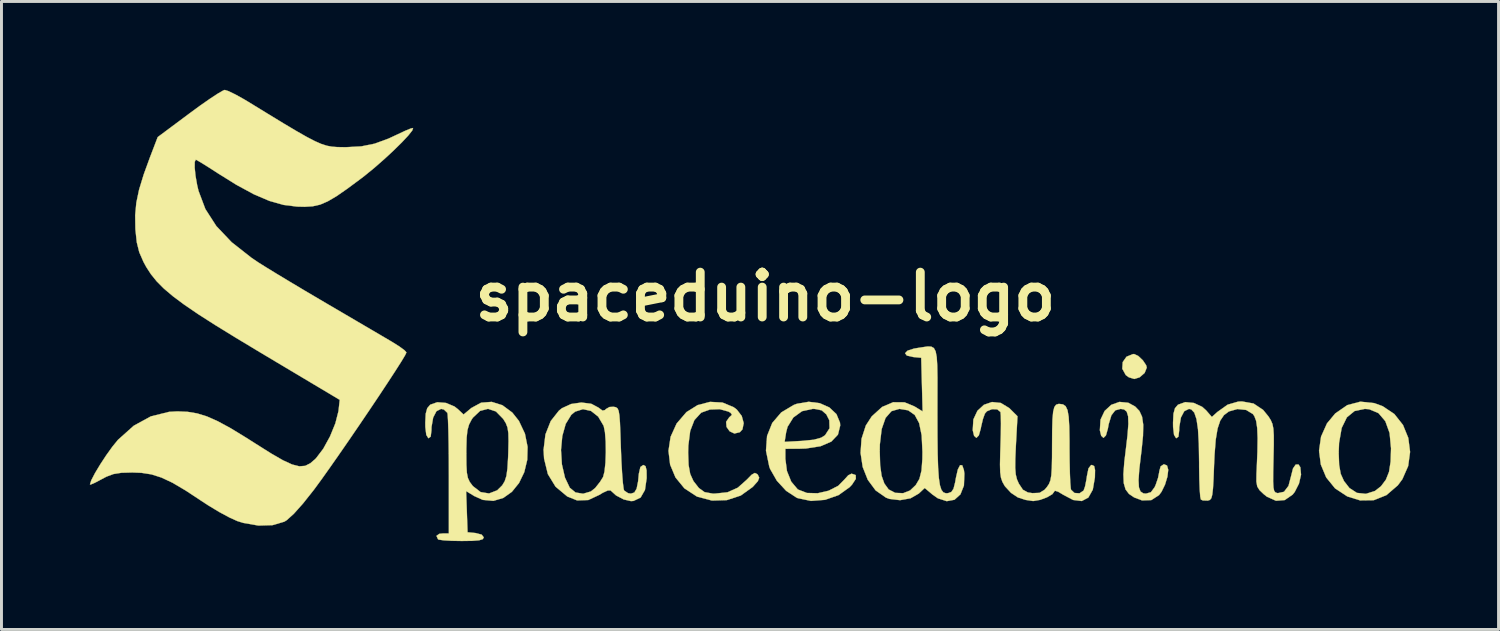
<source format=kicad_pcb>
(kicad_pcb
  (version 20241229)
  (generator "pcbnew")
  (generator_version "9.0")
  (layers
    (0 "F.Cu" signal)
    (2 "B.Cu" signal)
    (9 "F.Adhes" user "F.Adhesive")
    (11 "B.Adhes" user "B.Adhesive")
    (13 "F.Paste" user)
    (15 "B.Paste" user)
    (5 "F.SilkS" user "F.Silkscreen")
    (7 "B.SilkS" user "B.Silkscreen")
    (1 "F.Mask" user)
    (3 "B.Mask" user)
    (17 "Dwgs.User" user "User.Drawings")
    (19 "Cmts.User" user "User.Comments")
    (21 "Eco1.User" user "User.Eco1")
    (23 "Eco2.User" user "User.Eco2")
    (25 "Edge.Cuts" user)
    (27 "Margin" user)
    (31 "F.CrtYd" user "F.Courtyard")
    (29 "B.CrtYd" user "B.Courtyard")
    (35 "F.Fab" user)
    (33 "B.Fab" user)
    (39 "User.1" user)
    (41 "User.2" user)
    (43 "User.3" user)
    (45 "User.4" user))
  (footprint "spaceduino-logo"
    (layer "F.Cu")
    (at 22.95 7.029)
    (property "Reference" "spaceduino-logo" (at 0 0 0) (layer "F.SilkS") (effects (font (size 1.524 1.524) (thickness 0.3))))
    (attr through_hole)
    (fp_poly (pts (xy 12.665 2.012) (xy 12.821 2.16) (xy 12.933 2.328) (xy 12.954 2.407) (xy 12.882 2.588) (xy 12.713 2.737) (xy 12.531 2.794) (xy 12.344 2.737) (xy 12.24 2.661) (xy 12.122 2.446) (xy 12.137 2.221) (xy 12.265 2.038) (xy 12.484 1.949) (xy 12.525 1.947) (xy 12.665 2.012)) (stroke (width 0.01) (type solid)) (fill yes) (layer "F.SilkS"))
    (fp_poly (pts (xy 20.683 3.615) (xy 20.965 3.718) (xy 21.364 3.985) (xy 21.657 4.356) (xy 21.837 4.796) (xy 21.898 5.272) (xy 21.833 5.751) (xy 21.636 6.199) (xy 21.482 6.406) (xy 21.094 6.74) (xy 20.663 6.912) (xy 20.2 6.918) (xy 19.766 6.784) (xy 19.35 6.51) (xy 19.049 6.139) (xy 18.866 5.701) (xy 18.814 5.295) (xy 19.473 5.295) (xy 19.488 5.715) (xy 19.543 6.02) (xy 19.653 6.262) (xy 19.835 6.495) (xy 19.837 6.498) (xy 20.091 6.663) (xy 20.397 6.696) (xy 20.705 6.598) (xy 20.91 6.438) (xy 21.077 6.214) (xy 21.183 5.948) (xy 21.237 5.598) (xy 21.251 5.151) (xy 21.202 4.63) (xy 21.057 4.228) (xy 20.825 3.955) (xy 20.51 3.822) (xy 20.362 3.81) (xy 20.013 3.882) (xy 19.751 4.097) (xy 19.575 4.456) (xy 19.486 4.961) (xy 19.473 5.295) (xy 18.814 5.295) (xy 18.806 5.229) (xy 18.874 4.752) (xy 19.075 4.304) (xy 19.357 3.964) (xy 19.766 3.682) (xy 20.209 3.565) (xy 20.683 3.615)) (stroke (width 0.01) (type solid)) (fill yes) (layer "F.SilkS"))
    (fp_poly (pts (xy 12.325 3.602) (xy 12.558 3.729) (xy 12.703 3.879) (xy 12.794 4.077) (xy 12.834 4.349) (xy 12.826 4.725) (xy 12.775 5.232) (xy 12.759 5.358) (xy 12.699 5.867) (xy 12.674 6.231) (xy 12.687 6.473) (xy 12.74 6.615) (xy 12.837 6.679) (xy 12.926 6.689) (xy 13.094 6.641) (xy 13.219 6.473) (xy 13.255 6.395) (xy 13.337 6.154) (xy 13.377 5.952) (xy 13.377 5.934) (xy 13.425 5.763) (xy 13.535 5.69) (xy 13.642 5.734) (xy 13.683 5.879) (xy 13.655 6.113) (xy 13.574 6.381) (xy 13.455 6.625) (xy 13.37 6.739) (xy 13.107 6.908) (xy 12.794 6.919) (xy 12.526 6.818) (xy 12.35 6.699) (xy 12.234 6.547) (xy 12.172 6.333) (xy 12.16 6.031) (xy 12.191 5.612) (xy 12.238 5.225) (xy 12.3 4.699) (xy 12.329 4.318) (xy 12.32 4.06) (xy 12.272 3.904) (xy 12.182 3.828) (xy 12.066 3.81) (xy 11.883 3.86) (xy 11.753 4.026) (xy 11.66 4.329) (xy 11.633 4.48) (xy 11.567 4.711) (xy 11.484 4.795) (xy 11.406 4.725) (xy 11.36 4.535) (xy 11.383 4.175) (xy 11.522 3.881) (xy 11.747 3.673) (xy 12.025 3.573) (xy 12.325 3.602)) (stroke (width 0.01) (type solid)) (fill yes) (layer "F.SilkS"))
    (fp_poly (pts (xy -1.458 3.595) (xy -1.08 3.752) (xy -0.971 3.835) (xy -0.804 4.052) (xy -0.738 4.294) (xy -0.78 4.506) (xy -0.868 4.602) (xy -1.053 4.647) (xy -1.214 4.572) (xy -1.32 4.424) (xy -1.335 4.25) (xy -1.23 4.097) (xy -1.136 4.01) (xy -1.185 3.943) (xy -1.257 3.901) (xy -1.552 3.82) (xy -1.887 3.832) (xy -2.172 3.935) (xy -2.191 3.948) (xy -2.413 4.191) (xy -2.555 4.558) (xy -2.619 5.061) (xy -2.625 5.295) (xy -2.61 5.715) (xy -2.555 6.02) (xy -2.445 6.262) (xy -2.263 6.495) (xy -2.261 6.498) (xy -2.067 6.638) (xy -1.794 6.687) (xy -1.726 6.689) (xy -1.289 6.643) (xy -0.939 6.487) (xy -0.636 6.218) (xy -0.465 6.044) (xy -0.359 5.986) (xy -0.279 6.025) (xy -0.257 6.05) (xy -0.211 6.149) (xy -0.257 6.265) (xy -0.414 6.442) (xy -0.439 6.467) (xy -0.839 6.754) (xy -1.312 6.909) (xy -1.816 6.924) (xy -2.308 6.794) (xy -2.332 6.784) (xy -2.752 6.509) (xy -3.055 6.139) (xy -3.237 5.704) (xy -3.293 5.234) (xy -3.221 4.759) (xy -3.017 4.309) (xy -2.682 3.919) (xy -2.302 3.681) (xy -1.88 3.572) (xy -1.458 3.595)) (stroke (width 0.01) (type solid)) (fill yes) (layer "F.SilkS"))
    (fp_poly (pts (xy 1.847 3.617) (xy 2.173 3.762) (xy 2.413 3.989) (xy 2.533 4.278) (xy 2.54 4.376) (xy 2.464 4.684) (xy 2.24 4.92) (xy 1.874 5.078) (xy 1.374 5.156) (xy 1.122 5.164) (xy 0.677 5.165) (xy 0.677 5.506) (xy 0.731 5.92) (xy 0.877 6.282) (xy 1.092 6.537) (xy 1.111 6.551) (xy 1.409 6.666) (xy 1.773 6.676) (xy 2.146 6.59) (xy 2.474 6.422) (xy 2.683 6.21) (xy 2.815 6.064) (xy 2.926 6.011) (xy 3.067 6.058) (xy 3.071 6.187) (xy 2.941 6.384) (xy 2.86 6.47) (xy 2.482 6.74) (xy 2.026 6.899) (xy 1.547 6.936) (xy 1.099 6.842) (xy 1.058 6.825) (xy 0.704 6.593) (xy 0.388 6.25) (xy 0.16 5.851) (xy 0.131 5.772) (xy 0.019 5.23) (xy 0.041 4.931) (xy 0.652 4.931) (xy 1.251 4.897) (xy 1.639 4.858) (xy 1.895 4.788) (xy 2.026 4.705) (xy 2.178 4.469) (xy 2.17 4.197) (xy 2.07 3.998) (xy 1.914 3.86) (xy 1.672 3.811) (xy 1.605 3.81) (xy 1.244 3.888) (xy 0.948 4.102) (xy 0.752 4.419) (xy 0.704 4.603) (xy 0.652 4.931) (xy 0.041 4.931) (xy 0.056 4.728) (xy 0.232 4.288) (xy 0.538 3.93) (xy 0.965 3.675) (xy 1.073 3.636) (xy 1.47 3.569) (xy 1.847 3.617)) (stroke (width 0.01) (type solid)) (fill yes) (layer "F.SilkS"))
    (fp_poly (pts (xy -5.919 3.636) (xy -5.676 3.764) (xy -5.532 3.869) (xy -5.445 3.848) (xy -5.425 3.82) (xy -5.297 3.746) (xy -5.155 3.739) (xy -5.079 3.754) (xy -5.025 3.791) (xy -4.986 3.875) (xy -4.96 4.031) (xy -4.941 4.284) (xy -4.926 4.658) (xy -4.911 5.122) (xy -4.892 5.59) (xy -4.868 6.001) (xy -4.842 6.325) (xy -4.815 6.53) (xy -4.8 6.583) (xy -4.665 6.673) (xy -4.569 6.689) (xy -4.453 6.651) (xy -4.375 6.52) (xy -4.324 6.267) (xy -4.299 6.011) (xy -4.247 5.784) (xy -4.149 5.715) (xy -4.073 5.755) (xy -4.037 5.897) (xy -4.034 6.164) (xy -4.092 6.564) (xy -4.24 6.822) (xy -4.478 6.936) (xy -4.566 6.943) (xy -4.812 6.887) (xy -5.073 6.75) (xy -5.258 6.582) (xy -5.351 6.58) (xy -5.528 6.661) (xy -5.63 6.725) (xy -6.017 6.906) (xy -6.397 6.919) (xy -6.731 6.785) (xy -7.129 6.452) (xy -7.39 6.025) (xy -7.519 5.498) (xy -7.535 5.206) (xy -6.944 5.206) (xy -6.914 5.691) (xy -6.81 6.142) (xy -6.647 6.487) (xy -6.451 6.649) (xy -6.193 6.692) (xy -5.93 6.615) (xy -5.783 6.498) (xy -5.62 6.292) (xy -5.514 6.123) (xy -5.466 5.937) (xy -5.434 5.638) (xy -5.421 5.279) (xy -5.426 4.915) (xy -5.451 4.6) (xy -5.494 4.389) (xy -5.495 4.387) (xy -5.681 4.072) (xy -5.926 3.879) (xy -6.198 3.82) (xy -6.465 3.904) (xy -6.596 4.013) (xy -6.784 4.32) (xy -6.9 4.733) (xy -6.944 5.206) (xy -7.535 5.206) (xy -7.535 5.194) (xy -7.472 4.677) (xy -7.292 4.222) (xy -7.013 3.869) (xy -6.914 3.789) (xy -6.605 3.645) (xy -6.253 3.594) (xy -5.919 3.636)) (stroke (width 0.01) (type solid)) (fill yes) (layer "F.SilkS"))
    (fp_poly (pts (xy 5.633 1.695) (xy 5.722 1.744) (xy 5.782 1.856) (xy 5.819 2.05) (xy 5.837 2.342) (xy 5.844 2.75) (xy 5.843 3.292) (xy 5.842 3.974) (xy 5.844 4.734) (xy 5.851 5.34) (xy 5.866 5.81) (xy 5.891 6.159) (xy 5.928 6.405) (xy 5.979 6.562) (xy 6.046 6.647) (xy 6.132 6.677) (xy 6.202 6.673) (xy 6.315 6.633) (xy 6.389 6.523) (xy 6.445 6.303) (xy 6.47 6.157) (xy 6.536 5.868) (xy 6.612 5.722) (xy 6.685 5.726) (xy 6.742 5.886) (xy 6.758 6.008) (xy 6.743 6.414) (xy 6.624 6.714) (xy 6.423 6.896) (xy 6.16 6.945) (xy 5.858 6.848) (xy 5.675 6.72) (xy 5.411 6.497) (xy 5.211 6.685) (xy 4.929 6.847) (xy 4.573 6.911) (xy 4.212 6.868) (xy 4.096 6.825) (xy 3.743 6.579) (xy 3.477 6.219) (xy 3.304 5.783) (xy 3.232 5.306) (xy 3.237 5.234) (xy 3.883 5.234) (xy 3.897 5.725) (xy 3.947 6.084) (xy 4.039 6.344) (xy 4.181 6.54) (xy 4.19 6.549) (xy 4.408 6.662) (xy 4.677 6.674) (xy 4.912 6.582) (xy 4.915 6.58) (xy 5.106 6.398) (xy 5.231 6.187) (xy 5.302 5.906) (xy 5.331 5.517) (xy 5.334 5.269) (xy 5.307 4.707) (xy 5.222 4.294) (xy 5.072 4.016) (xy 4.849 3.859) (xy 4.548 3.81) (xy 4.281 3.888) (xy 4.081 4.117) (xy 3.949 4.495) (xy 3.887 5.017) (xy 3.883 5.234) (xy 3.237 5.234) (xy 3.265 4.825) (xy 3.411 4.374) (xy 3.612 4.064) (xy 3.964 3.744) (xy 4.339 3.584) (xy 4.726 3.587) (xy 5.062 3.726) (xy 5.34 3.896) (xy 5.292 2.074) (xy 5.016 2.048) (xy 4.803 1.998) (xy 4.743 1.919) (xy 4.827 1.833) (xy 5.046 1.762) (xy 5.134 1.747) (xy 5.345 1.714) (xy 5.509 1.69) (xy 5.633 1.695)) (stroke (width 0.01) (type solid)) (fill yes) (layer "F.SilkS"))
    (fp_poly (pts (xy -8.934 3.686) (xy -8.598 3.935) (xy -8.374 4.217) (xy -8.169 4.651) (xy -8.079 5.1) (xy -8.091 5.543) (xy -8.192 5.96) (xy -8.37 6.328) (xy -8.612 6.627) (xy -8.906 6.836) (xy -9.24 6.934) (xy -9.601 6.901) (xy -9.888 6.772) (xy -10.167 6.602) (xy -10.142 7.302) (xy -10.118 8.001) (xy -9.842 8.028) (xy -9.637 8.082) (xy -9.567 8.176) (xy -9.602 8.236) (xy -9.723 8.273) (xy -9.959 8.292) (xy -10.315 8.297) (xy -10.656 8.291) (xy -10.929 8.275) (xy -11.093 8.252) (xy -11.12 8.241) (xy -11.174 8.123) (xy -11.077 8.054) (xy -10.964 8.043) (xy -10.753 8.043) (xy -10.753 6.061) (xy -10.755 5.492) (xy -10.757 5.316) (xy -10.16 5.316) (xy -10.157 5.71) (xy -10.142 5.976) (xy -10.107 6.156) (xy -10.044 6.291) (xy -9.945 6.423) (xy -9.937 6.433) (xy -9.675 6.636) (xy -9.388 6.683) (xy -9.111 6.576) (xy -8.941 6.408) (xy -8.855 6.265) (xy -8.798 6.087) (xy -8.763 5.832) (xy -8.741 5.461) (xy -8.735 5.307) (xy -8.726 4.907) (xy -8.732 4.633) (xy -8.761 4.443) (xy -8.818 4.294) (xy -8.908 4.149) (xy -9.153 3.898) (xy -9.422 3.808) (xy -9.692 3.878) (xy -9.937 4.109) (xy -9.984 4.18) (xy -10.068 4.343) (xy -10.121 4.531) (xy -10.149 4.788) (xy -10.159 5.155) (xy -10.16 5.316) (xy -10.757 5.316) (xy -10.761 4.975) (xy -10.77 4.537) (xy -10.782 4.201) (xy -10.795 3.995) (xy -10.804 3.944) (xy -10.922 3.831) (xy -11.018 3.81) (xy -11.174 3.888) (xy -11.286 4.103) (xy -11.342 4.425) (xy -11.345 4.542) (xy -11.37 4.753) (xy -11.444 4.806) (xy -11.451 4.804) (xy -11.52 4.693) (xy -11.552 4.429) (xy -11.554 4.28) (xy -11.539 3.974) (xy -11.488 3.787) (xy -11.388 3.67) (xy -11.385 3.668) (xy -11.146 3.584) (xy -10.85 3.608) (xy -10.562 3.729) (xy -10.448 3.818) (xy -10.253 4.001) (xy -9.988 3.779) (xy -9.658 3.6) (xy -9.297 3.572) (xy -8.934 3.686)) (stroke (width 0.01) (type solid)) (fill yes) (layer "F.SilkS"))
    (fp_poly (pts (xy 16.581 3.628) (xy 16.905 3.844) (xy 17.086 4.065) (xy 17.167 4.194) (xy 17.222 4.321) (xy 17.254 4.482) (xy 17.268 4.709) (xy 17.268 5.038) (xy 17.258 5.501) (xy 17.258 5.503) (xy 17.248 5.962) (xy 17.246 6.279) (xy 17.257 6.482) (xy 17.282 6.596) (xy 17.327 6.65) (xy 17.394 6.67) (xy 17.406 6.672) (xy 17.615 6.626) (xy 17.768 6.426) (xy 17.859 6.08) (xy 17.86 6.074) (xy 17.921 5.834) (xy 18.012 5.702) (xy 18.108 5.698) (xy 18.17 5.793) (xy 18.194 6.045) (xy 18.124 6.348) (xy 17.98 6.631) (xy 17.909 6.721) (xy 17.641 6.907) (xy 17.343 6.931) (xy 17.033 6.792) (xy 16.923 6.704) (xy 16.783 6.57) (xy 16.706 6.445) (xy 16.677 6.278) (xy 16.68 6.015) (xy 16.687 5.879) (xy 16.712 5.267) (xy 16.719 4.801) (xy 16.705 4.459) (xy 16.669 4.218) (xy 16.608 4.056) (xy 16.558 3.985) (xy 16.329 3.846) (xy 16.034 3.815) (xy 15.743 3.897) (xy 15.576 4.022) (xy 15.45 4.207) (xy 15.359 4.478) (xy 15.296 4.857) (xy 15.256 5.368) (xy 15.24 5.715) (xy 15.222 6.185) (xy 15.203 6.512) (xy 15.179 6.723) (xy 15.146 6.845) (xy 15.097 6.903) (xy 15.03 6.924) (xy 15.025 6.925) (xy 14.857 6.919) (xy 14.792 6.89) (xy 14.77 6.788) (xy 14.752 6.548) (xy 14.739 6.205) (xy 14.732 5.788) (xy 14.732 5.637) (xy 14.722 4.995) (xy 14.694 4.506) (xy 14.643 4.158) (xy 14.568 3.937) (xy 14.465 3.828) (xy 14.387 3.81) (xy 14.227 3.888) (xy 14.113 4.105) (xy 14.058 4.432) (xy 14.055 4.542) (xy 14.03 4.753) (xy 13.956 4.806) (xy 13.949 4.804) (xy 13.88 4.693) (xy 13.848 4.429) (xy 13.846 4.28) (xy 13.861 3.974) (xy 13.912 3.787) (xy 14.012 3.67) (xy 14.015 3.668) (xy 14.261 3.58) (xy 14.555 3.609) (xy 14.837 3.741) (xy 14.97 3.86) (xy 15.165 4.085) (xy 15.351 3.916) (xy 15.7 3.667) (xy 16.059 3.563) (xy 16.187 3.557) (xy 16.581 3.628)) (stroke (width 0.01) (type solid)) (fill yes) (layer "F.SilkS"))
    (fp_poly (pts (xy 7.995 3.608) (xy 8.283 3.783) (xy 8.309 3.809) (xy 8.562 4.061) (xy 8.508 5.057) (xy 8.488 5.501) (xy 8.485 5.815) (xy 8.503 6.036) (xy 8.544 6.203) (xy 8.609 6.35) (xy 8.746 6.556) (xy 8.916 6.649) (xy 9.071 6.672) (xy 9.312 6.662) (xy 9.482 6.558) (xy 9.558 6.47) (xy 9.63 6.364) (xy 9.68 6.24) (xy 9.711 6.067) (xy 9.728 5.812) (xy 9.736 5.444) (xy 9.737 5.076) (xy 9.74 4.547) (xy 9.751 4.165) (xy 9.774 3.907) (xy 9.814 3.749) (xy 9.874 3.668) (xy 9.959 3.641) (xy 9.983 3.641) (xy 10.108 3.657) (xy 10.199 3.72) (xy 10.262 3.854) (xy 10.301 4.08) (xy 10.321 4.421) (xy 10.329 4.899) (xy 10.329 5.132) (xy 10.333 5.591) (xy 10.342 5.996) (xy 10.355 6.314) (xy 10.372 6.512) (xy 10.381 6.555) (xy 10.498 6.666) (xy 10.669 6.678) (xy 10.808 6.584) (xy 10.809 6.583) (xy 10.859 6.438) (xy 10.906 6.199) (xy 10.92 6.096) (xy 10.974 5.831) (xy 11.061 5.72) (xy 11.091 5.715) (xy 11.167 5.753) (xy 11.197 5.889) (xy 11.192 6.138) (xy 11.12 6.554) (xy 10.969 6.822) (xy 10.746 6.94) (xy 10.453 6.904) (xy 10.129 6.734) (xy 9.946 6.625) (xy 9.836 6.59) (xy 9.821 6.604) (xy 9.748 6.706) (xy 9.566 6.813) (xy 9.334 6.9) (xy 9.11 6.939) (xy 9.085 6.939) (xy 8.837 6.902) (xy 8.574 6.817) (xy 8.342 6.662) (xy 8.139 6.442) (xy 8.123 6.418) (xy 8.049 6.287) (xy 8.001 6.147) (xy 7.975 5.963) (xy 7.968 5.7) (xy 7.976 5.322) (xy 7.984 5.08) (xy 7.996 4.667) (xy 8 4.311) (xy 7.996 4.05) (xy 7.985 3.919) (xy 7.984 3.916) (xy 7.875 3.826) (xy 7.698 3.819) (xy 7.527 3.889) (xy 7.456 3.969) (xy 7.389 4.153) (xy 7.327 4.413) (xy 7.315 4.48) (xy 7.249 4.711) (xy 7.166 4.795) (xy 7.088 4.725) (xy 7.042 4.535) (xy 7.064 4.169) (xy 7.201 3.875) (xy 7.422 3.671) (xy 7.697 3.577) (xy 7.995 3.608)) (stroke (width 0.01) (type solid)) (fill yes) (layer "F.SilkS"))
    (fp_poly (pts (xy -18.237 -6.983) (xy -18.006 -6.871) (xy -17.713 -6.708) (xy -17.561 -6.617) (xy -16.895 -6.209) (xy -16.355 -5.88) (xy -15.922 -5.623) (xy -15.578 -5.427) (xy -15.305 -5.285) (xy -15.083 -5.188) (xy -14.895 -5.128) (xy -14.721 -5.096) (xy -14.542 -5.083) (xy -14.342 -5.08) (xy -14.233 -5.08) (xy -13.728 -5.107) (xy -13.276 -5.198) (xy -12.806 -5.37) (xy -12.497 -5.514) (xy -12.239 -5.635) (xy -12.049 -5.713) (xy -11.968 -5.731) (xy -11.996 -5.647) (xy -12.131 -5.477) (xy -12.35 -5.243) (xy -12.63 -4.967) (xy -12.949 -4.672) (xy -13.283 -4.379) (xy -13.61 -4.112) (xy -13.727 -4.022) (xy -14.198 -3.672) (xy -14.569 -3.415) (xy -14.869 -3.239) (xy -15.128 -3.128) (xy -15.377 -3.072) (xy -15.646 -3.055) (xy -15.909 -3.061) (xy -16.369 -3.119) (xy -16.85 -3.255) (xy -17.377 -3.48) (xy -17.976 -3.805) (xy -18.594 -4.19) (xy -18.898 -4.386) (xy -19.146 -4.541) (xy -19.307 -4.636) (xy -19.349 -4.657) (xy -19.385 -4.581) (xy -19.387 -4.383) (xy -19.358 -4.103) (xy -19.302 -3.785) (xy -19.257 -3.596) (xy -19.024 -2.978) (xy -18.652 -2.4) (xy -18.131 -1.851) (xy -17.454 -1.319) (xy -17.224 -1.164) (xy -16.977 -1.009) (xy -16.615 -0.787) (xy -16.167 -0.517) (xy -15.663 -0.216) (xy -15.134 0.096) (xy -14.901 0.233) (xy -14.379 0.539) (xy -13.877 0.833) (xy -13.422 1.1) (xy -13.043 1.322) (xy -12.768 1.484) (xy -12.681 1.535) (xy -12.434 1.69) (xy -12.259 1.819) (xy -12.194 1.892) (xy -12.239 1.988) (xy -12.368 2.202) (xy -12.568 2.516) (xy -12.824 2.909) (xy -13.123 3.361) (xy -13.452 3.852) (xy -13.798 4.363) (xy -14.147 4.874) (xy -14.486 5.364) (xy -14.801 5.814) (xy -15.079 6.205) (xy -15.306 6.515) (xy -15.341 6.562) (xy -15.71 7.027) (xy -16.02 7.374) (xy -16.26 7.59) (xy -16.342 7.641) (xy -16.74 7.759) (xy -17.222 7.773) (xy -17.737 7.683) (xy -17.939 7.62) (xy -18.205 7.5) (xy -18.554 7.312) (xy -18.933 7.083) (xy -19.164 6.932) (xy -19.7 6.579) (xy -20.139 6.32) (xy -20.512 6.144) (xy -20.854 6.035) (xy -21.195 5.982) (xy -21.505 5.97) (xy -21.875 5.98) (xy -22.145 6.023) (xy -22.384 6.112) (xy -22.543 6.196) (xy -22.763 6.313) (xy -22.909 6.376) (xy -22.945 6.377) (xy -22.898 6.232) (xy -22.773 5.992) (xy -22.595 5.696) (xy -22.389 5.382) (xy -22.18 5.091) (xy -21.992 4.861) (xy -21.989 4.858) (xy -21.457 4.382) (xy -20.877 4.065) (xy -20.256 3.911) (xy -19.971 3.895) (xy -19.628 3.91) (xy -19.303 3.964) (xy -18.969 4.067) (xy -18.598 4.232) (xy -18.162 4.469) (xy -17.633 4.792) (xy -17.315 4.994) (xy -16.796 5.321) (xy -16.391 5.555) (xy -16.077 5.699) (xy -15.832 5.761) (xy -15.633 5.745) (xy -15.456 5.656) (xy -15.279 5.501) (xy -15.261 5.482) (xy -15.019 5.163) (xy -14.79 4.746) (xy -14.608 4.3) (xy -14.505 3.897) (xy -14.499 3.856) (xy -14.46 3.503) (xy -17.148 1.9) (xy -17.983 1.397) (xy -18.684 0.966) (xy -19.266 0.594) (xy -19.741 0.27) (xy -20.125 -0.016) (xy -20.432 -0.276) (xy -20.676 -0.521) (xy -20.87 -0.761) (xy -21.031 -1.008) (xy -21.127 -1.185) (xy -21.27 -1.513) (xy -21.354 -1.85) (xy -21.399 -2.271) (xy -21.402 -2.331) (xy -21.408 -2.771) (xy -21.369 -3.193) (xy -21.275 -3.64) (xy -21.118 -4.154) (xy -20.911 -4.722) (xy -20.643 -5.422) (xy -19.571 -6.221) (xy -19.196 -6.496) (xy -18.86 -6.73) (xy -18.591 -6.906) (xy -18.414 -7.007) (xy -18.365 -7.024) (xy -18.237 -6.983)) (stroke (width 0.01) (type solid)) (fill yes) (layer "F.SilkS")))
  (gr_rect
    (start -3 -3)
    (end 47.853 18.332)
    (stroke (width 0.1) (type default))
    (fill no)
    (layer "Edge.Cuts")))
</source>
